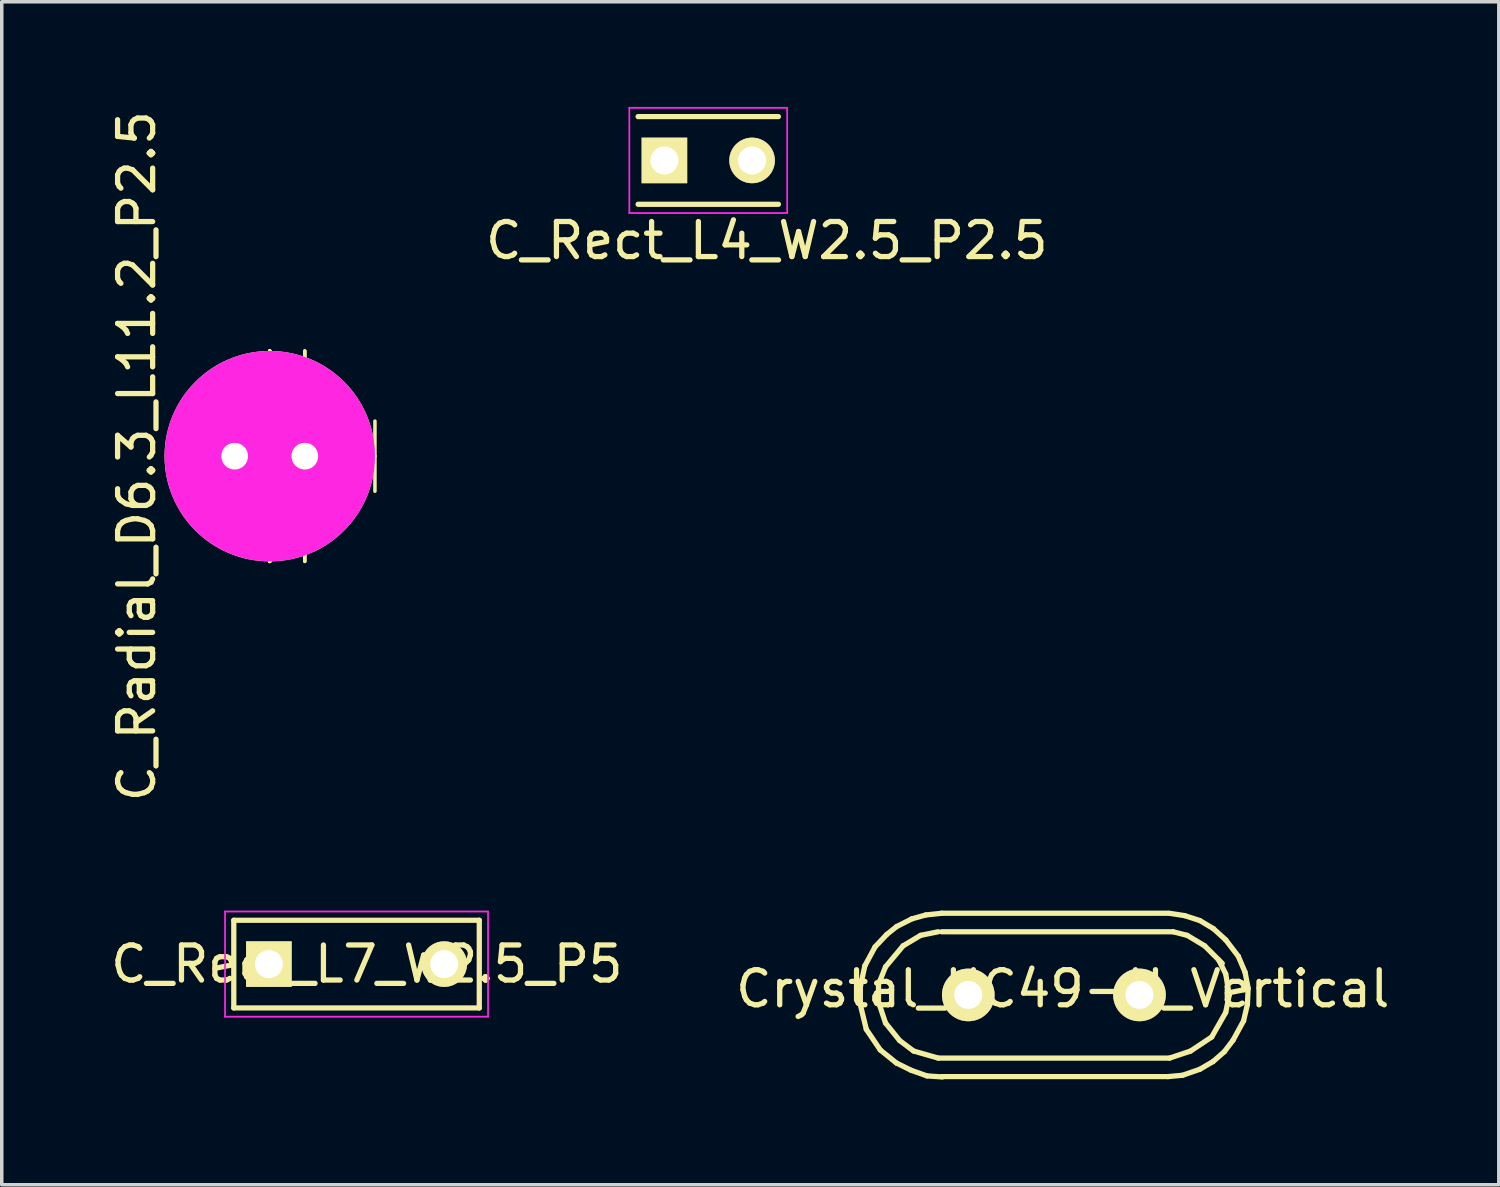
<source format=kicad_pcb>
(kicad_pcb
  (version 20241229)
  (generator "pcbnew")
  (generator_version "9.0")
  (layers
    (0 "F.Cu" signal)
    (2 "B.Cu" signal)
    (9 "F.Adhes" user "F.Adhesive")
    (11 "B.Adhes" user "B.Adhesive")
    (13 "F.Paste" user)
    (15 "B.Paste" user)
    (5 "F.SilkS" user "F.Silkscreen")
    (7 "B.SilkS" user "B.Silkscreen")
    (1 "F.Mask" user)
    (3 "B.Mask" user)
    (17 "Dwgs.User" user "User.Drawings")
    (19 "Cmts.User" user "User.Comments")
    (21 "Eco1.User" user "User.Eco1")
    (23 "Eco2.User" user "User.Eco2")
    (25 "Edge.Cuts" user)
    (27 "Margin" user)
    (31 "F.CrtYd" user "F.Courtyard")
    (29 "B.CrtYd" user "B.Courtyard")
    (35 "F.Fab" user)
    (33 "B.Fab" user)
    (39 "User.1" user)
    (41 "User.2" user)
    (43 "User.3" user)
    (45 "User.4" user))
  (footprint "C_Rect_L4_W2.5_P2.5"
    (layer "F.Cu")
    (at 15.896 1.525)
    (property "Reference" "C_Rect_L4_W2.5_P2.5" (at 2.921 2.286 0) (layer "F.SilkS") (effects (font (size 1 1) (thickness 0.15))))
    (attr through_hole)
    (fp_line (start -0.75 -1.25) (end 3.25 -1.25) (stroke (width 0.15) (type solid)) (layer "F.SilkS"))
    (fp_line (start -0.75 1.25) (end 3.25 1.25) (stroke (width 0.15) (type solid)) (layer "F.SilkS"))
    (fp_line (start -1 -1.5) (end 3.5 -1.5) (stroke (width 0.05) (type solid)) (layer "F.CrtYd"))
    (fp_line (start -1 1.5) (end -1 -1.5) (stroke (width 0.05) (type solid)) (layer "F.CrtYd"))
    (fp_line (start 3.5 -1.5) (end 3.5 1.5) (stroke (width 0.05) (type solid)) (layer "F.CrtYd"))
    (fp_line (start 3.5 1.5) (end -1 1.5) (stroke (width 0.05) (type solid)) (layer "F.CrtYd"))
    (pad "1" thru_hole rect (at 0 0) (size 1.3 1.3) (drill 0.8) (layers "*.Cu" "*.Mask" "F.SilkS"))
    (pad "2" thru_hole circle (at 2.5 0) (size 1.3 1.3) (drill 0.8) (layers "*.Cu" "*.Mask" "F.SilkS")))
  (footprint "C_Rect_L7_W2.5_P5"
    (layer "F.Cu")
    (at 4.617 24.442)
    (property "Reference" "C_Rect_L7_W2.5_P5" (at 2.794 0 0) (layer "F.SilkS") (effects (font (size 1 1) (thickness 0.15))))
    (attr through_hole)
    (fp_line (start -1 -1.25) (end 6 -1.25) (stroke (width 0.15) (type solid)) (layer "F.SilkS"))
    (fp_line (start -1 1.25) (end -1 -1.25) (stroke (width 0.15) (type solid)) (layer "F.SilkS"))
    (fp_line (start 6 -1.25) (end 6 1.25) (stroke (width 0.15) (type solid)) (layer "F.SilkS"))
    (fp_line (start 6 1.25) (end -1 1.25) (stroke (width 0.15) (type solid)) (layer "F.SilkS"))
    (fp_line (start -1.25 -1.5) (end 6.25 -1.5) (stroke (width 0.05) (type solid)) (layer "F.CrtYd"))
    (fp_line (start -1.25 1.5) (end -1.25 -1.5) (stroke (width 0.05) (type solid)) (layer "F.CrtYd"))
    (fp_line (start 6.25 -1.5) (end 6.25 1.5) (stroke (width 0.05) (type solid)) (layer "F.CrtYd"))
    (fp_line (start 6.25 1.5) (end -1.25 1.5) (stroke (width 0.05) (type solid)) (layer "F.CrtYd"))
    (pad "1" thru_hole rect (at 0 0) (size 1.3 1.3) (drill 0.8) (layers "*.Cu" "*.Mask" "F.SilkS"))
    (pad "2" thru_hole circle (at 5 0) (size 1.3 1.3) (drill 0.8) (layers "*.Cu" "*.Mask" "F.SilkS")))
  (footprint "Crystal_HC49-U_Vertical"
    (layer "F.Cu")
    (at 27.002 25.321)
    (property "Reference" "Crystal_HC49-U_Vertical" (at 0.254 -0.174 0) (layer "F.SilkS") (effects (font (size 1 1) (thickness 0.15))))
    (attr through_hole)
    (fp_line (start -5.519 -0.231) (end -5.519 0.279) (stroke (width 0.15) (type solid)) (layer "F.SilkS"))
    (fp_line (start -5.519 0.279) (end -5.349 0.98) (stroke (width 0.15) (type solid)) (layer "F.SilkS"))
    (fp_line (start -5.39 -0.831) (end -5.519 -0.231) (stroke (width 0.15) (type solid)) (layer "F.SilkS"))
    (fp_line (start -5.349 0.98) (end -4.95 1.57) (stroke (width 0.15) (type solid)) (layer "F.SilkS"))
    (fp_line (start -5.1 -1.369) (end -5.39 -0.831) (stroke (width 0.15) (type solid)) (layer "F.SilkS"))
    (fp_line (start -5.001 -0.3) (end -4.801 -0.8) (stroke (width 0.15) (type solid)) (layer "F.SilkS"))
    (fp_line (start -5.001 0.201) (end -5.001 -0.3) (stroke (width 0.15) (type solid)) (layer "F.SilkS"))
    (fp_line (start -4.95 1.57) (end -4.491 1.941) (stroke (width 0.15) (type solid)) (layer "F.SilkS"))
    (fp_line (start -4.801 -0.8) (end -4.3 -1.4) (stroke (width 0.15) (type solid)) (layer "F.SilkS"))
    (fp_line (start -4.801 0.8) (end -5.001 0.201) (stroke (width 0.15) (type solid)) (layer "F.SilkS"))
    (fp_line (start -4.77 -1.72) (end -5.1 -1.369) (stroke (width 0.15) (type solid)) (layer "F.SilkS"))
    (fp_line (start -4.491 1.941) (end -4.069 2.149) (stroke (width 0.15) (type solid)) (layer "F.SilkS"))
    (fp_line (start -4.481 -1.951) (end -4.77 -1.72) (stroke (width 0.15) (type solid)) (layer "F.SilkS"))
    (fp_line (start -4.399 1.3) (end -4.801 0.8) (stroke (width 0.15) (type solid)) (layer "F.SilkS"))
    (fp_line (start -4.3 -1.4) (end -3.8 -1.699) (stroke (width 0.15) (type solid)) (layer "F.SilkS"))
    (fp_line (start -4.069 2.149) (end -3.619 2.309) (stroke (width 0.15) (type solid)) (layer "F.SilkS"))
    (fp_line (start -4.049 -2.169) (end -4.481 -1.951) (stroke (width 0.15) (type solid)) (layer "F.SilkS"))
    (fp_line (start -4 1.6) (end -4.399 1.3) (stroke (width 0.15) (type solid)) (layer "F.SilkS"))
    (fp_line (start -3.8 -1.699) (end -3.299 -1.801) (stroke (width 0.15) (type solid)) (layer "F.SilkS"))
    (fp_line (start -3.65 -2.281) (end -4.049 -2.169) (stroke (width 0.15) (type solid)) (layer "F.SilkS"))
    (fp_line (start -3.619 2.309) (end -3.18 2.339) (stroke (width 0.15) (type solid)) (layer "F.SilkS"))
    (fp_line (start -3.299 1.801) (end -4 1.6) (stroke (width 0.15) (type solid)) (layer "F.SilkS"))
    (fp_line (start -3.2 -2.329) (end 3.251 -2.329) (stroke (width 0.15) (type solid)) (layer "F.SilkS"))
    (fp_line (start -3.2 -1.801) (end 3.401 -1.801) (stroke (width 0.15) (type solid)) (layer "F.SilkS"))
    (fp_line (start -3.2 2.329) (end 3.251 2.329) (stroke (width 0.15) (type solid)) (layer "F.SilkS"))
    (fp_line (start -3.19 -2.329) (end -3.65 -2.281) (stroke (width 0.15) (type solid)) (layer "F.SilkS"))
    (fp_line (start 3.251 2.329) (end 3.67 2.291) (stroke (width 0.15) (type solid)) (layer "F.SilkS"))
    (fp_line (start 3.299 1.801) (end -3.299 1.801) (stroke (width 0.15) (type solid)) (layer "F.SilkS"))
    (fp_line (start 3.401 -1.801) (end 3.8 -1.699) (stroke (width 0.15) (type solid)) (layer "F.SilkS"))
    (fp_line (start 3.67 2.291) (end 4.161 2.121) (stroke (width 0.15) (type solid)) (layer "F.SilkS"))
    (fp_line (start 3.731 -2.261) (end 3.289 -2.329) (stroke (width 0.15) (type solid)) (layer "F.SilkS"))
    (fp_line (start 3.8 -1.699) (end 4.3 -1.4) (stroke (width 0.15) (type solid)) (layer "F.SilkS"))
    (fp_line (start 3.899 1.6) (end 3.299 1.801) (stroke (width 0.15) (type solid)) (layer "F.SilkS"))
    (fp_line (start 4.161 -2.121) (end 3.731 -2.261) (stroke (width 0.15) (type solid)) (layer "F.SilkS"))
    (fp_line (start 4.161 2.121) (end 4.539 1.9) (stroke (width 0.15) (type solid)) (layer "F.SilkS"))
    (fp_line (start 4.3 -1.4) (end 4.801 -0.899) (stroke (width 0.15) (type solid)) (layer "F.SilkS"))
    (fp_line (start 4.501 1.199) (end 3.899 1.6) (stroke (width 0.15) (type solid)) (layer "F.SilkS"))
    (fp_line (start 4.539 1.9) (end 4.859 1.621) (stroke (width 0.15) (type solid)) (layer "F.SilkS"))
    (fp_line (start 4.549 -1.89) (end 4.161 -2.121) (stroke (width 0.15) (type solid)) (layer "F.SilkS"))
    (fp_line (start 4.699 -1.001) (end 4.9 -0.599) (stroke (width 0.15) (type solid)) (layer "F.SilkS"))
    (fp_line (start 4.859 1.621) (end 5.11 1.29) (stroke (width 0.15) (type solid)) (layer "F.SilkS"))
    (fp_line (start 4.9 -1.57) (end 4.549 -1.89) (stroke (width 0.15) (type solid)) (layer "F.SilkS"))
    (fp_line (start 4.9 -0.599) (end 5.001 0) (stroke (width 0.15) (type solid)) (layer "F.SilkS"))
    (fp_line (start 4.9 0.5) (end 4.501 1.199) (stroke (width 0.15) (type solid)) (layer "F.SilkS"))
    (fp_line (start 5.001 0) (end 4.9 0.5) (stroke (width 0.15) (type solid)) (layer "F.SilkS"))
    (fp_line (start 5.11 1.29) (end 5.41 0.739) (stroke (width 0.15) (type solid)) (layer "F.SilkS"))
    (fp_line (start 5.26 -1.1) (end 4.9 -1.57) (stroke (width 0.15) (type solid)) (layer "F.SilkS"))
    (fp_line (start 5.41 0.739) (end 5.519 0.269) (stroke (width 0.15) (type solid)) (layer "F.SilkS"))
    (fp_line (start 5.451 -0.65) (end 5.26 -1.1) (stroke (width 0.15) (type solid)) (layer "F.SilkS"))
    (fp_line (start 5.519 0.269) (end 5.54 -0.191) (stroke (width 0.15) (type solid)) (layer "F.SilkS"))
    (fp_line (start 5.54 -0.191) (end 5.451 -0.65) (stroke (width 0.15) (type solid)) (layer "F.SilkS"))
    (pad "1" thru_hole circle (at -2.441 0) (size 1.501 1.501) (drill 0.8) (layers "*.Cu" "*.Mask" "F.SilkS"))
    (pad "2" thru_hole circle (at 2.441 0) (size 1.501 1.501) (drill 0.8) (layers "*.Cu" "*.Mask" "F.SilkS")))
  (footprint "C_Radial_D6.3_L11.2_P2.5"
    (layer "F.Cu")
    (at 3.642 9.958)
    (property "Reference" "C_Radial_D6.3_L11.2_P2.5" (at -2.794 0 90) (layer "F.SilkS") (effects (font (size 1 1) (thickness 0.15))))
    (attr through_hole)
    (fp_line (start 1 -3) (end 1 0) (stroke (width 0.1) (type solid)) (layer "F.SilkS"))
    (fp_line (start 1 -3) (end 1 0) (stroke (width 0.1) (type solid)) (layer "F.SilkS"))
    (fp_line (start 1 -3) (end 1 0) (stroke (width 0.1) (type solid)) (layer "F.SilkS"))
    (fp_line (start 1 -3) (end 1 3) (stroke (width 0.1) (type solid)) (layer "F.SilkS"))
    (fp_line (start 1 -3) (end 1 3) (stroke (width 0.1) (type solid)) (layer "F.SilkS"))
    (fp_line (start 1 0) (end 1 3) (stroke (width 0.1) (type solid)) (layer "F.SilkS"))
    (fp_line (start 1 0) (end 1 3) (stroke (width 0.1) (type solid)) (layer "F.SilkS"))
    (fp_line (start 1 0) (end 1 3) (stroke (width 0.1) (type solid)) (layer "F.SilkS"))
    (fp_line (start 2 -3) (end 2 0) (stroke (width 0.1) (type solid)) (layer "F.SilkS"))
    (fp_line (start 2 -3) (end 2 0) (stroke (width 0.1) (type solid)) (layer "F.SilkS"))
    (fp_line (start 2 -2) (end 2 0) (stroke (width 0.1) (type solid)) (layer "F.SilkS"))
    (fp_line (start 2 -2) (end 2 0) (stroke (width 0.1) (type solid)) (layer "F.SilkS"))
    (fp_line (start 2 -2) (end 2 0) (stroke (width 0.1) (type solid)) (layer "F.SilkS"))
    (fp_line (start 2 -2) (end 2 0) (stroke (width 0.1) (type solid)) (layer "F.SilkS"))
    (fp_line (start 2 -2) (end 2 0) (stroke (width 0.1) (type solid)) (layer "F.SilkS"))
    (fp_line (start 2 0) (end 2 2) (stroke (width 0.1) (type solid)) (layer "F.SilkS"))
    (fp_line (start 2 0) (end 2 2) (stroke (width 0.1) (type solid)) (layer "F.SilkS"))
    (fp_line (start 2 0) (end 2 2) (stroke (width 0.1) (type solid)) (layer "F.SilkS"))
    (fp_line (start 2 0) (end 2 2) (stroke (width 0.1) (type solid)) (layer "F.SilkS"))
    (fp_line (start 2 0) (end 2 2) (stroke (width 0.1) (type solid)) (layer "F.SilkS"))
    (fp_line (start 2 0) (end 2 3) (stroke (width 0.1) (type solid)) (layer "F.SilkS"))
    (fp_line (start 2 0) (end 2 3) (stroke (width 0.1) (type solid)) (layer "F.SilkS"))
    (fp_line (start 3 -2) (end 3 0) (stroke (width 0.1) (type solid)) (layer "F.SilkS"))
    (fp_line (start 3 -2) (end 3 0) (stroke (width 0.1) (type solid)) (layer "F.SilkS"))
    (fp_line (start 3 -2) (end 3 0) (stroke (width 0.1) (type solid)) (layer "F.SilkS"))
    (fp_line (start 3 -2) (end 3 0) (stroke (width 0.1) (type solid)) (layer "F.SilkS"))
    (fp_line (start 3 -2) (end 3 2) (stroke (width 0.1) (type solid)) (layer "F.SilkS"))
    (fp_line (start 3 -1) (end 3 1) (stroke (width 0.1) (type solid)) (layer "F.SilkS"))
    (fp_line (start 3 -1) (end 3 1) (stroke (width 0.1) (type solid)) (layer "F.SilkS"))
    (fp_line (start 3 -1) (end 3 1) (stroke (width 0.1) (type solid)) (layer "F.SilkS"))
    (fp_line (start 3 0) (end 3 2) (stroke (width 0.1) (type solid)) (layer "F.SilkS"))
    (fp_line (start 3 0) (end 3 2) (stroke (width 0.1) (type solid)) (layer "F.SilkS"))
    (fp_line (start 3 0) (end 3 2) (stroke (width 0.1) (type solid)) (layer "F.SilkS"))
    (fp_line (start 3 0) (end 3 2) (stroke (width 0.1) (type solid)) (layer "F.SilkS"))
    (fp_line (start 4 -1) (end 4 1) (stroke (width 0.1) (type solid)) (layer "F.SilkS"))
    (fp_line (start 4 0) (end 4 0) (stroke (width 0.1) (type solid)) (layer "F.SilkS"))
    (fp_circle (center 1 0) (end 1 -3) (stroke (width 0) (type solid)) (fill yes) (layer "F.SilkS"))
    (fp_circle (center 2 0) (end 2 -1) (stroke (width 0) (type solid)) (fill yes) (layer "F.SilkS"))
    (fp_circle (center 1 0) (end 1 -3) (stroke (width 0) (type solid)) (fill yes) (layer "F.CrtYd"))
    (pad "1" thru_hole rect (at 0 0) (size 1 1) (drill 0.762) (layers "*.Cu" "*.Mask" "F.SilkS"))
    (pad "2" thru_hole circle (at 2 0) (size 1 1) (drill 0.762) (layers "*.Cu" "*.Mask" "F.SilkS")))
  (gr_rect
    (start -3 -3)
    (end 39.69 30.735)
    (stroke (width 0.1) (type default))
    (fill no)
    (layer "Edge.Cuts")))
</source>
